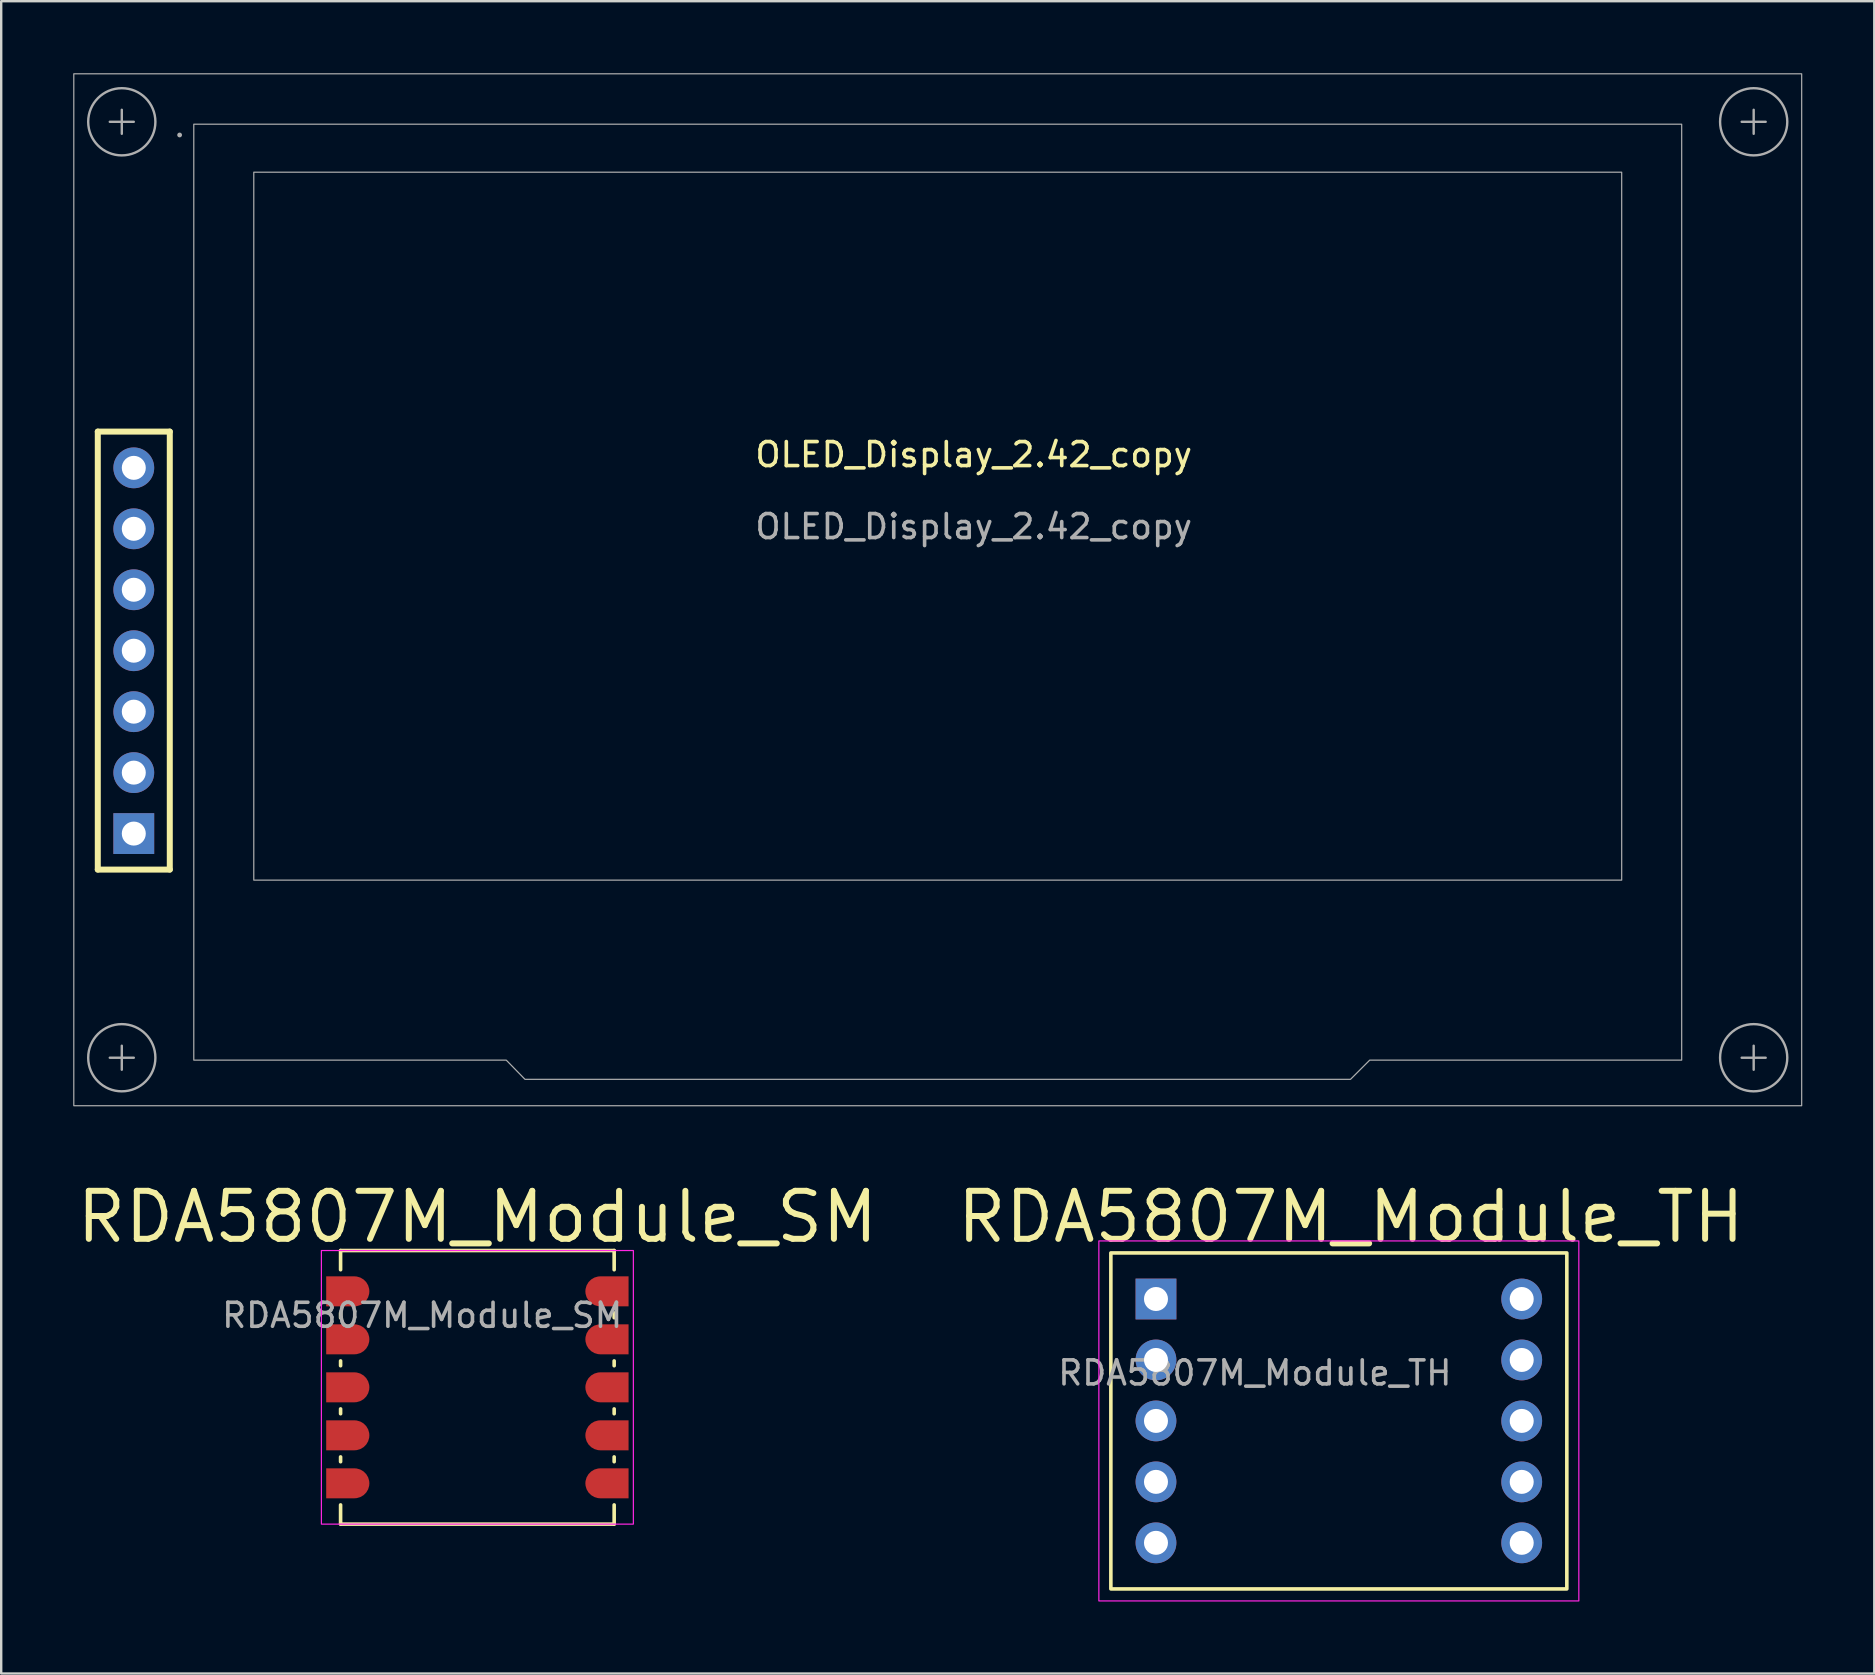
<source format=kicad_pcb>
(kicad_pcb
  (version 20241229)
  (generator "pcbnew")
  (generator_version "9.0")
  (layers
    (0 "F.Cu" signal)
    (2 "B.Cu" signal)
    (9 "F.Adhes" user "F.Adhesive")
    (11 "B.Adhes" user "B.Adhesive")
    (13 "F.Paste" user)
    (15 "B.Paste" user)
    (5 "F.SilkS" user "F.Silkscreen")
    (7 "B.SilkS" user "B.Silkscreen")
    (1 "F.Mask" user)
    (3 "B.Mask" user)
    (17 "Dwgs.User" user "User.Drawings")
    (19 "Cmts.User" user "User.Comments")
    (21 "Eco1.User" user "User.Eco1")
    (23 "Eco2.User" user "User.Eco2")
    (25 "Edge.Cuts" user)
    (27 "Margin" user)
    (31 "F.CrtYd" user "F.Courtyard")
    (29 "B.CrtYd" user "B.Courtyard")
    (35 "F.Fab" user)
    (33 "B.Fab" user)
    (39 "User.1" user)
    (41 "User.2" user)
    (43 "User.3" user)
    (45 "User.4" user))
  (footprint "RDA5807M_Module_SM"
    (layer "F.Cu")
    (at 16.842 54.759)
    (property "Reference" "RDA5807M_Module_SM" (at 0 -7.1 0) (unlocked yes) (layer "F.SilkS") (effects (font (size 2 2) (thickness 0.25))))
    (attr smd)
    (fp_line (start -5.7 -5.7) (end -5.7 -4.9) (stroke (width 0.15) (type solid)) (layer "F.SilkS"))
    (fp_line (start -5.7 -5.7) (end 5.7 -5.7) (stroke (width 0.15) (type solid)) (layer "F.SilkS"))
    (fp_line (start -5.7 -3.1) (end -5.7 -2.9) (stroke (width 0.15) (type solid)) (layer "F.SilkS"))
    (fp_line (start -5.7 -1.1) (end -5.7 -0.9) (stroke (width 0.15) (type solid)) (layer "F.SilkS"))
    (fp_line (start -5.7 0.9) (end -5.7 1.1) (stroke (width 0.15) (type solid)) (layer "F.SilkS"))
    (fp_line (start -5.7 2.9) (end -5.7 3.1) (stroke (width 0.15) (type solid)) (layer "F.SilkS"))
    (fp_line (start -5.7 4.9) (end -5.7 5.7) (stroke (width 0.15) (type solid)) (layer "F.SilkS"))
    (fp_line (start -5.7 5.7) (end 5.7 5.7) (stroke (width 0.15) (type solid)) (layer "F.SilkS"))
    (fp_line (start 5.7 -5.7) (end 5.7 -4.9) (stroke (width 0.15) (type solid)) (layer "F.SilkS"))
    (fp_line (start 5.7 -3.1) (end 5.7 -2.9) (stroke (width 0.15) (type solid)) (layer "F.SilkS"))
    (fp_line (start 5.7 -1.1) (end 5.7 -0.9) (stroke (width 0.15) (type solid)) (layer "F.SilkS"))
    (fp_line (start 5.7 0.9) (end 5.7 1.1) (stroke (width 0.15) (type solid)) (layer "F.SilkS"))
    (fp_line (start 5.7 2.9) (end 5.7 3.1) (stroke (width 0.15) (type solid)) (layer "F.SilkS"))
    (fp_line (start 5.7 4.9) (end 5.7 5.7) (stroke (width 0.15) (type solid)) (layer "F.SilkS"))
    (fp_rect (start -6.5 -5.7) (end 6.5 5.7) (stroke (width 0.05) (type solid)) (fill no) (layer "F.CrtYd"))
    (fp_text user "${REFERENCE}" (at -2.3 -3 0) (unlocked yes) (layer "F.Fab") (effects (font (size 1 1) (thickness 0.15))))
    (pad "1" smd roundrect (at -5.4 -4) (size 1.8 1.25) (layers "F.Cu" "F.Mask" "F.Paste") (roundrect_rratio 0.5) (chamfer_ratio 0) (chamfer top_left bottom_left))
    (pad "2" smd roundrect (at -5.4 -2) (size 1.8 1.25) (layers "F.Cu" "F.Mask" "F.Paste") (roundrect_rratio 0.5) (chamfer_ratio 0) (chamfer top_left bottom_left))
    (pad "3" smd roundrect (at -5.4 0) (size 1.8 1.25) (layers "F.Cu" "F.Mask" "F.Paste") (roundrect_rratio 0.5) (chamfer_ratio 0) (chamfer top_left bottom_left))
    (pad "4" smd roundrect (at -5.4 2) (size 1.8 1.25) (layers "F.Cu" "F.Mask" "F.Paste") (roundrect_rratio 0.5) (chamfer_ratio 0) (chamfer top_left bottom_left))
    (pad "5" smd roundrect (at -5.4 4) (size 1.8 1.25) (layers "F.Cu" "F.Mask" "F.Paste") (roundrect_rratio 0.5) (chamfer_ratio 0) (chamfer top_left bottom_left))
    (pad "6" smd roundrect (at 5.4 4 180) (size 1.8 1.25) (layers "F.Cu" "F.Mask" "F.Paste") (roundrect_rratio 0.5) (chamfer_ratio 0) (chamfer top_left bottom_left))
    (pad "7" smd roundrect (at 5.4 2 180) (size 1.8 1.25) (layers "F.Cu" "F.Mask" "F.Paste") (roundrect_rratio 0.5) (chamfer_ratio 0) (chamfer top_left bottom_left))
    (pad "8" smd roundrect (at 5.4 0 180) (size 1.8 1.25) (layers "F.Cu" "F.Mask" "F.Paste") (roundrect_rratio 0.5) (chamfer_ratio 0) (chamfer top_left bottom_left))
    (pad "9" smd roundrect (at 5.4 -2 180) (size 1.8 1.25) (layers "F.Cu" "F.Mask" "F.Paste") (roundrect_rratio 0.5) (chamfer_ratio 0) (chamfer top_left bottom_left))
    (pad "10" smd roundrect (at 5.4 -4 180) (size 1.8 1.25) (layers "F.Cu" "F.Mask" "F.Paste") (roundrect_rratio 0.5) (chamfer_ratio 0) (chamfer top_left bottom_left)))
  (footprint "OLED_Display_2.42_copy"
    (layer "F.Cu")
    (at 2.525 31.685)
    (property "Reference" "OLED_Display_2.42_copy" (at 35 -15.79 0) (unlocked yes) (layer "F.SilkS") (effects (font (size 1 1) (thickness 0.15))))
    (attr through_hole)
    (fp_line (start -1.5 -16.75) (end -1.5 1.5) (stroke (width 0.25) (type solid)) (layer "F.SilkS"))
    (fp_line (start -1.5 -16.75) (end 1.5 -16.75) (stroke (width 0.25) (type solid)) (layer "F.SilkS"))
    (fp_line (start -1.5 1.5) (end 1.5 1.5) (stroke (width 0.25) (type solid)) (layer "F.SilkS"))
    (fp_line (start 1.5 -16.75) (end 1.5 1.5) (stroke (width 0.25) (type solid)) (layer "F.SilkS"))
    (fp_line (start -1 -29.66) (end 0 -29.66) (stroke (width 0.1) (type solid)) (layer "F.Fab"))
    (fp_line (start -1 9.34) (end 0 9.34) (stroke (width 0.1) (type solid)) (layer "F.Fab"))
    (fp_line (start -0.5 -29.16) (end -0.5 -30.16) (stroke (width 0.1) (type solid)) (layer "F.Fab"))
    (fp_line (start -0.5 9.84) (end -0.5 8.84) (stroke (width 0.1) (type solid)) (layer "F.Fab"))
    (fp_line (start 67 -29.66) (end 68 -29.66) (stroke (width 0.1) (type solid)) (layer "F.Fab"))
    (fp_line (start 67 9.34) (end 68 9.34) (stroke (width 0.1) (type solid)) (layer "F.Fab"))
    (fp_line (start 67.5 -29.16) (end 67.5 -30.16) (stroke (width 0.1) (type solid)) (layer "F.Fab"))
    (fp_line (start 67.5 9.84) (end 67.5 8.84) (stroke (width 0.1) (type solid)) (layer "F.Fab"))
    (fp_rect (start -2.5 11.34) (end 69.5 -31.66) (stroke (width 0.05) (type solid)) (fill no) (layer "F.Fab"))
    (fp_rect (start 5 1.94) (end 62 -27.56) (stroke (width 0.05) (type solid)) (fill no) (layer "F.Fab"))
    (fp_circle (center -0.5 -29.66) (end 0.9 -29.66) (stroke (width 0.1) (type solid)) (fill no) (layer "F.Fab"))
    (fp_circle (center -0.5 9.34) (end 0.9 9.34) (stroke (width 0.1) (type solid)) (fill no) (layer "F.Fab"))
    (fp_circle (center 1.91 -29.11) (end 1.91 -29.11) (stroke (width 0.1) (type solid)) (fill no) (layer "F.Fab"))
    (fp_circle (center 67.5 -29.66) (end 68.9 -29.66) (stroke (width 0.1) (type solid)) (fill no) (layer "F.Fab"))
    (fp_circle (center 67.5 9.34) (end 68.9 9.34) (stroke (width 0.1) (type solid)) (fill no) (layer "F.Fab"))
    (fp_poly (pts (xy 64.5 9.44) (xy 51.5 9.44) (xy 50.7 10.24) (xy 16.3 10.24) (xy 15.52 9.44) (xy 2.5 9.44) (xy 2.5 -29.56) (xy 64.5 -29.56)) (stroke (width 0.05) (type solid)) (fill no) (layer "F.Fab"))
    (fp_text user "${REFERENCE}" (at 35 -12.79 0) (unlocked yes) (layer "F.Fab") (effects (font (size 1 1) (thickness 0.15))))
    (pad "1" thru_hole rect (at 0 0) (size 1.7 1.7) (drill 1) (layers "*.Cu" "*.Mask"))
    (pad "2" thru_hole circle (at 0 -2.54) (size 1.7 1.7) (drill 1) (layers "*.Cu" "*.Mask"))
    (pad "3" thru_hole circle (at 0 -5.08) (size 1.7 1.7) (drill 1) (layers "*.Cu" "*.Mask"))
    (pad "4" thru_hole circle (at 0 -7.62) (size 1.7 1.7) (drill 1) (layers "*.Cu" "*.Mask"))
    (pad "5" thru_hole circle (at 0 -10.16) (size 1.7 1.7) (drill 1) (layers "*.Cu" "*.Mask"))
    (pad "6" thru_hole circle (at 0 -12.7) (size 1.7 1.7) (drill 1) (layers "*.Cu" "*.Mask"))
    (pad "7" thru_hole circle (at 0 -15.24) (size 1.7 1.7) (drill 1) (layers "*.Cu" "*.Mask")))
  (footprint "RDA5807M_Module_TH"
    (layer "F.Cu")
    (at 52.739 56.159)
    (property "Reference" "RDA5807M_Module_TH" (at 0.5 -8.5 0) (unlocked yes) (layer "F.SilkS") (effects (font (size 2 2) (thickness 0.25))))
    (attr through_hole)
    (fp_rect (start -9.5 -7) (end 9.5 7) (stroke (width 0.15) (type solid)) (fill no) (layer "F.SilkS"))
    (fp_rect (start -10 -7.5) (end 10 7.5) (stroke (width 0.05) (type solid)) (fill no) (layer "F.CrtYd"))
    (fp_text user "${REFERENCE}" (at -3.5 -2 0) (unlocked yes) (layer "F.Fab") (effects (font (size 1 1) (thickness 0.15))))
    (pad "1" thru_hole rect (at -7.62 -5.08 180) (size 1.7 1.7) (drill 1) (layers "*.Cu" "*.Mask"))
    (pad "2" thru_hole circle (at -7.62 -2.54 180) (size 1.7 1.7) (drill 1) (layers "*.Cu" "*.Mask"))
    (pad "3" thru_hole circle (at -7.62 0 180) (size 1.7 1.7) (drill 1) (layers "*.Cu" "*.Mask"))
    (pad "4" thru_hole circle (at -7.62 2.54 180) (size 1.7 1.7) (drill 1) (layers "*.Cu" "*.Mask"))
    (pad "5" thru_hole circle (at -7.62 5.08 180) (size 1.7 1.7) (drill 1) (layers "*.Cu" "*.Mask"))
    (pad "6" thru_hole circle (at 7.62 5.08 180) (size 1.7 1.7) (drill 1) (layers "*.Cu" "*.Mask"))
    (pad "7" thru_hole circle (at 7.62 2.54 180) (size 1.7 1.7) (drill 1) (layers "*.Cu" "*.Mask"))
    (pad "8" thru_hole circle (at 7.62 0 180) (size 1.7 1.7) (drill 1) (layers "*.Cu" "*.Mask"))
    (pad "9" thru_hole circle (at 7.62 -2.54 180) (size 1.7 1.7) (drill 1) (layers "*.Cu" "*.Mask"))
    (pad "10" thru_hole circle (at 7.62 -5.08 180) (size 1.7 1.7) (drill 1) (layers "*.Cu" "*.Mask")))
  (gr_rect
    (start -3 -3)
    (end 75.05 66.684)
    (stroke (width 0.1) (type default))
    (fill no)
    (layer "Edge.Cuts")))
</source>
